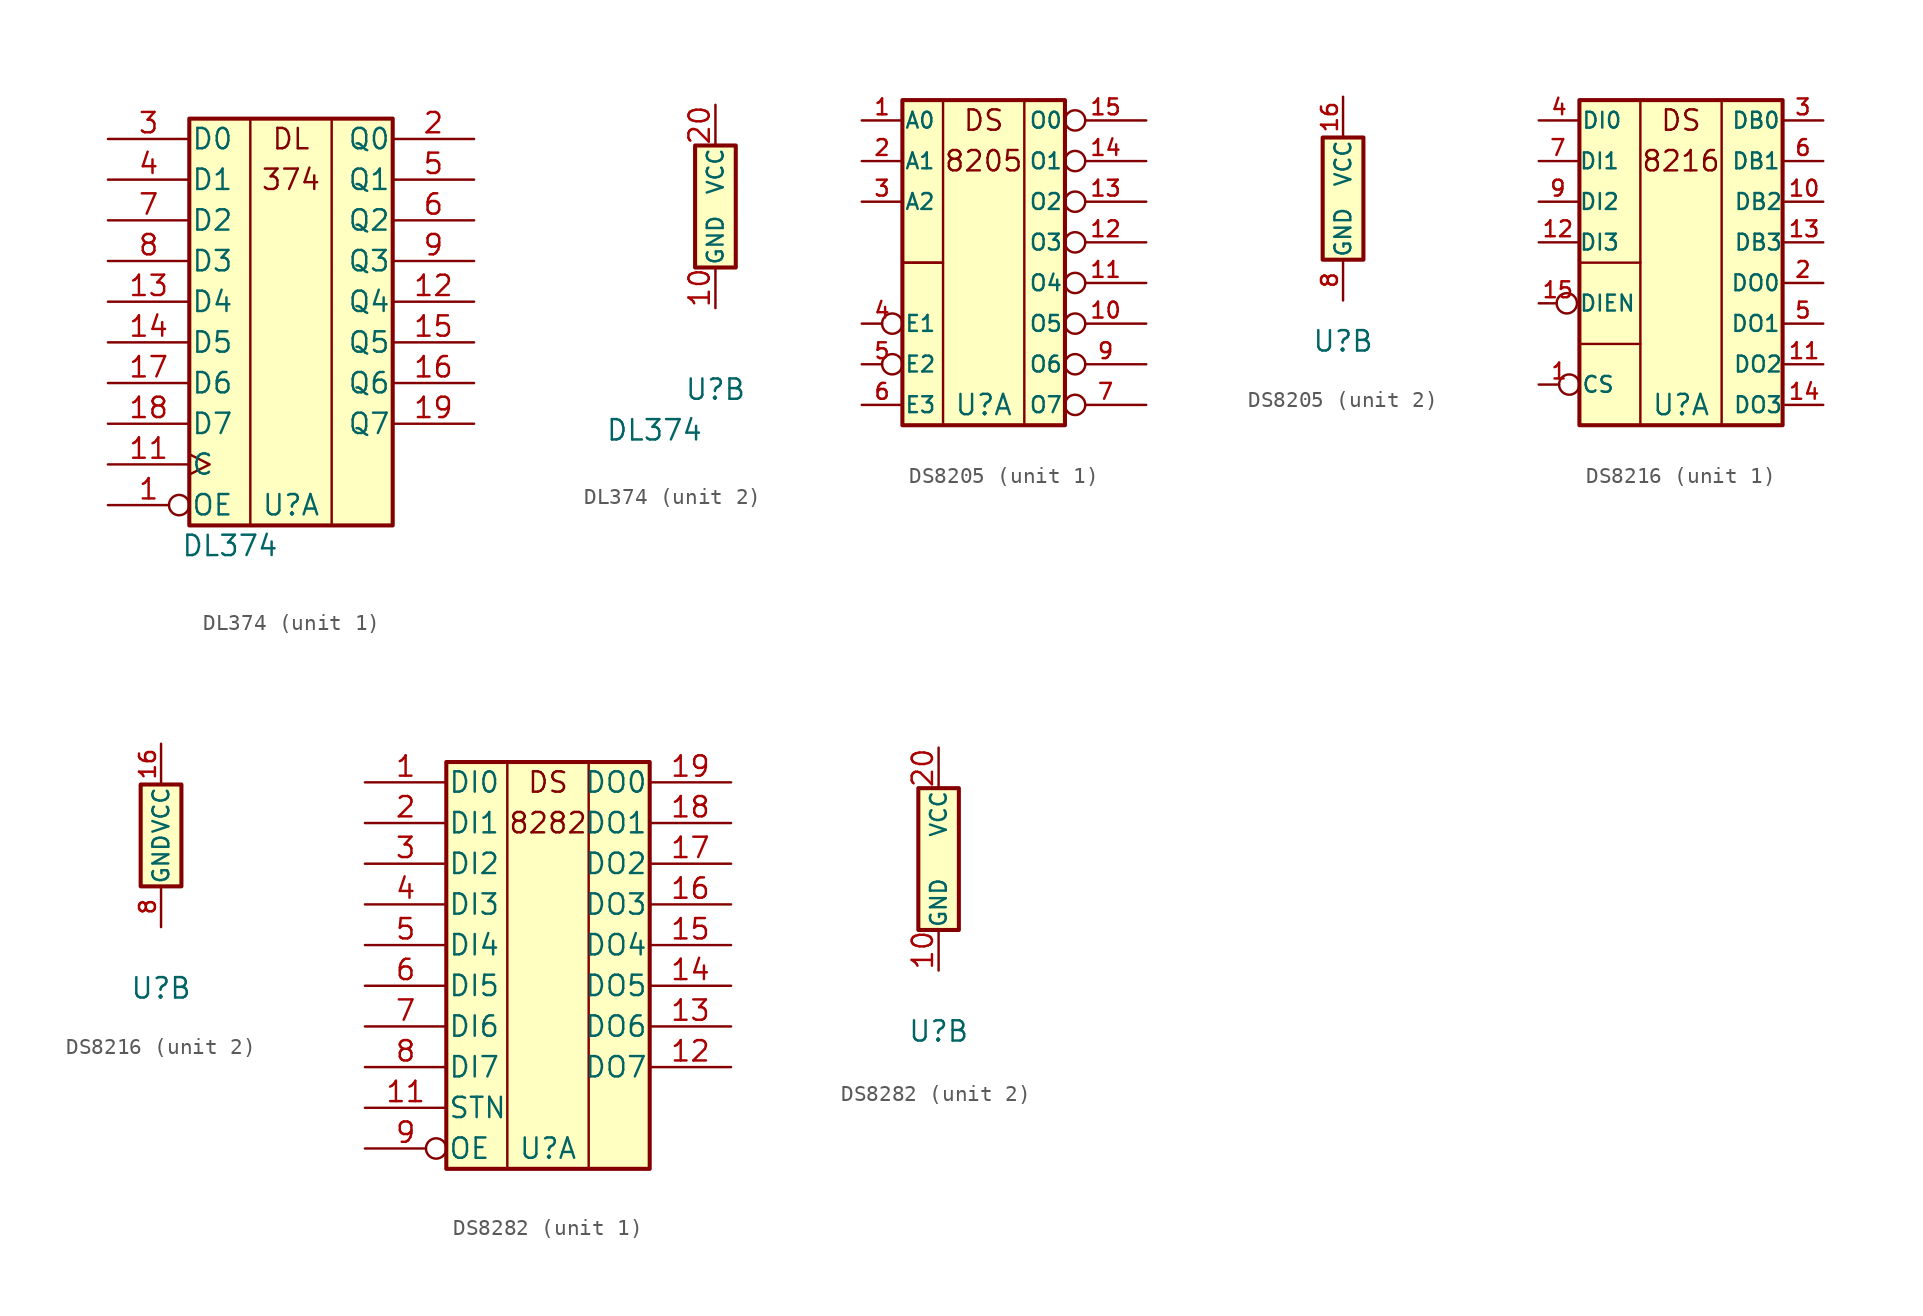
<source format=kicad_sym>
(kicad_symbol_lib
  (version 20241209)
  (generator "kicad_symbol_editor")
  (generator_version "9.0")
  (symbol "DL374"
    (pin_names
      (offset 0.102))
    (property "Reference" "U"
      (at 0 -11.43 0)
      (effects (font (size 1.27 1.27))))
    (property "Value" "DL374"
      (at -3.81 -13.97 0)
      (effects (font (size 1.27 1.27))))
    (property "ki_locked" ""
      (at 0 0 0)
      (effects (font (size 1.27 1.27))))
    (symbol "DL374_1_0"
      (pin input line (at -11.43 11.43 0) (length 5.08) (name "D0" (effects (font (size 1.27 1.27)))) (number "3" (effects (font (size 1.27 1.27)))))
      (pin input line (at -11.43 8.89 0) (length 5.08) (name "D1" (effects (font (size 1.27 1.27)))) (number "4" (effects (font (size 1.27 1.27)))))
      (pin input line (at -11.43 6.35 0) (length 5.08) (name "D2" (effects (font (size 1.27 1.27)))) (number "7" (effects (font (size 1.27 1.27)))))
      (pin input line (at -11.43 3.81 0) (length 5.08) (name "D3" (effects (font (size 1.27 1.27)))) (number "8" (effects (font (size 1.27 1.27)))))
      (pin input line (at -11.43 1.27 0) (length 5.08) (name "D4" (effects (font (size 1.27 1.27)))) (number "13" (effects (font (size 1.27 1.27)))))
      (pin input line (at -11.43 -1.27 0) (length 5.08) (name "D5" (effects (font (size 1.27 1.27)))) (number "14" (effects (font (size 1.27 1.27)))))
      (pin input line (at -11.43 -3.81 0) (length 5.08) (name "D6" (effects (font (size 1.27 1.27)))) (number "17" (effects (font (size 1.27 1.27)))))
      (pin input line (at -11.43 -6.35 0) (length 5.08) (name "D7" (effects (font (size 1.27 1.27)))) (number "18" (effects (font (size 1.27 1.27)))))
      (pin input clock (at -11.43 -8.89 0) (length 5.08) (name "C" (effects (font (size 1.27 1.27)))) (number "11" (effects (font (size 1.27 1.27)))))
      (pin input inverted (at -11.43 -11.43 0) (length 5.08) (name "OE" (effects (font (size 1.27 1.27)))) (number "1" (effects (font (size 1.27 1.27)))))
      (pin tri_state line (at 11.43 11.43 180) (length 5.08) (name "Q0" (effects (font (size 1.27 1.27)))) (number "2" (effects (font (size 1.27 1.27)))))
      (pin tri_state line (at 11.43 8.89 180) (length 5.08) (name "Q1" (effects (font (size 1.27 1.27)))) (number "5" (effects (font (size 1.27 1.27)))))
      (pin tri_state line (at 11.43 6.35 180) (length 5.08) (name "Q2" (effects (font (size 1.27 1.27)))) (number "6" (effects (font (size 1.27 1.27)))))
      (pin tri_state line (at 11.43 3.81 180) (length 5.08) (name "Q3" (effects (font (size 1.27 1.27)))) (number "9" (effects (font (size 1.27 1.27)))))
      (pin tri_state line (at 11.43 1.27 180) (length 5.08) (name "Q4" (effects (font (size 1.27 1.27)))) (number "12" (effects (font (size 1.27 1.27)))))
      (pin tri_state line (at 11.43 -1.27 180) (length 5.08) (name "Q5" (effects (font (size 1.27 1.27)))) (number "15" (effects (font (size 1.27 1.27)))))
      (pin tri_state line (at 11.43 -3.81 180) (length 5.08) (name "Q6" (effects (font (size 1.27 1.27)))) (number "16" (effects (font (size 1.27 1.27)))))
      (pin tri_state line (at 11.43 -6.35 180) (length 5.08) (name "Q7" (effects (font (size 1.27 1.27)))) (number "19" (effects (font (size 1.27 1.27))))))
    (symbol "DL374_1_1"
      (rectangle (start -6.35 12.7) (end 6.35 -12.7) (stroke (width 0.254) (type default)) (fill (type background)))
      (rectangle (start -2.54 12.7) (end -2.54 -12.7) (stroke (width 0) (type default)) (fill (type none)))
      (rectangle (start 2.54 12.7) (end 2.54 -12.7) (stroke (width 0) (type default)) (fill (type none)))
      (text "DL" (at 0 11.43 0) (effects (font (size 1.27 1.27))))
      (text "374" (at 0 8.89 0) (effects (font (size 1.27 1.27)))))
    (symbol "DL374_2_0"
      (pin power_in line (at 0 6.35 270) (length 2.54) (name "VCC" (effects (font (size 0.991 0.991)))) (number "20" (effects (font (size 1.27 1.27)))))
      (pin power_in line (at 0 -6.35 90) (length 2.54) (name "GND" (effects (font (size 0.991 0.991)))) (number "10" (effects (font (size 1.27 1.27))))))
    (symbol "DL374_2_1"
      (rectangle (start -1.27 3.81) (end 1.27 -3.81) (stroke (width 0.254) (type default)) (fill (type background)))))
  (symbol "DS8205"
    (pin_names
      (offset 0.102))
    (property "Reference" "U"
      (at 0 -8.89 0)
      (effects (font (size 1.27 1.27))))
    (property "ki_locked" ""
      (at 0 0 0)
      (effects (font (size 1.27 1.27))))
    (symbol "DS8205_1_0"
      (text "DS" (at 0 8.89 0) (effects (font (size 1.27 1.27))))
      (text "8205" (at 0 6.35 0) (effects (font (size 1.27 1.27))))
      (pin input line (at -7.62 8.89 0) (length 2.54) (name "A0" (effects (font (size 0.991 0.991)))) (number "1" (effects (font (size 0.991 0.991)))))
      (pin input line (at -7.62 6.35 0) (length 2.54) (name "A1" (effects (font (size 0.991 0.991)))) (number "2" (effects (font (size 0.991 0.991)))))
      (pin input line (at -7.62 3.81 0) (length 2.54) (name "A2" (effects (font (size 0.991 0.991)))) (number "3" (effects (font (size 0.991 0.991)))))
      (pin input inverted (at -7.62 -3.81 0) (length 2.54) (name "E1" (effects (font (size 0.991 0.991)))) (number "4" (effects (font (size 0.991 0.991)))))
      (pin input inverted (at -7.62 -6.35 0) (length 2.54) (name "E2" (effects (font (size 0.991 0.991)))) (number "5" (effects (font (size 0.991 0.991)))))
      (pin input line (at -7.62 -8.89 0) (length 2.54) (name "E3" (effects (font (size 0.991 0.991)))) (number "6" (effects (font (size 0.991 0.991)))))
      (pin output inverted (at 10.16 8.89 180) (length 5.08) (name "O0" (effects (font (size 0.991 0.991)))) (number "15" (effects (font (size 0.991 0.991)))))
      (pin output inverted (at 10.16 6.35 180) (length 5.08) (name "O1" (effects (font (size 0.991 0.991)))) (number "14" (effects (font (size 0.991 0.991)))))
      (pin output inverted (at 10.16 3.81 180) (length 5.08) (name "O2" (effects (font (size 0.991 0.991)))) (number "13" (effects (font (size 0.991 0.991)))))
      (pin output inverted (at 10.16 1.27 180) (length 5.08) (name "O3" (effects (font (size 0.991 0.991)))) (number "12" (effects (font (size 0.991 0.991)))))
      (pin output inverted (at 10.16 -1.27 180) (length 5.08) (name "O4" (effects (font (size 0.991 0.991)))) (number "11" (effects (font (size 0.991 0.991)))))
      (pin output inverted (at 10.16 -3.81 180) (length 5.08) (name "O5" (effects (font (size 0.991 0.991)))) (number "10" (effects (font (size 0.991 0.991)))))
      (pin output inverted (at 10.16 -6.35 180) (length 5.08) (name "O6" (effects (font (size 0.991 0.991)))) (number "9" (effects (font (size 0.991 0.991)))))
      (pin output inverted (at 10.16 -8.89 180) (length 5.08) (name "O7" (effects (font (size 0.991 0.991)))) (number "7" (effects (font (size 0.991 0.991))))))
    (symbol "DS8205_1_1"
      (rectangle (start -5.08 10.16) (end 5.08 -10.16) (stroke (width 0.254) (type default)) (fill (type background)))
      (rectangle (start -5.08 -10.16) (end -2.54 0) (stroke (width 0) (type default)) (fill (type none)))
      (rectangle (start -2.54 10.16) (end -5.08 0) (stroke (width 0) (type default)) (fill (type none)))
      (rectangle (start 2.54 10.16) (end 2.54 -10.16) (stroke (width 0) (type default)) (fill (type none))))
    (symbol "DS8205_2_0"
      (pin power_in line (at 0 6.35 270) (length 2.54) (name "VCC" (effects (font (size 0.991 0.991)))) (number "16" (effects (font (size 0.991 0.991)))))
      (pin power_in line (at 0 -6.35 90) (length 2.54) (name "GND" (effects (font (size 0.991 0.991)))) (number "8" (effects (font (size 0.991 0.991))))))
    (symbol "DS8205_2_1"
      (rectangle (start -1.27 3.81) (end 1.27 -3.81) (stroke (width 0.254) (type default)) (fill (type background)))))
  (symbol "DS8216"
    (pin_names
      (offset 0.102))
    (property "Reference" "U"
      (at 0 -8.89 0)
      (effects (font (size 1.27 1.27))))
    (property "ki_locked" ""
      (at 0 0 0)
      (effects (font (size 1.27 1.27))))
    (symbol "DS8216_1_0"
      (rectangle (start -6.35 -5.08) (end -2.54 -5.08) (stroke (width 0) (type default)) (fill (type none)))
      (text "DS" (at 0 8.89 0) (effects (font (size 1.27 1.27))))
      (text "8216" (at 0 6.35 0) (effects (font (size 1.27 1.27))))
      (pin input line (at -8.89 8.89 0) (length 2.54) (name "DI0" (effects (font (size 0.991 0.991)))) (number "4" (effects (font (size 0.991 0.991)))))
      (pin input line (at -8.89 6.35 0) (length 2.388) (name "DI1" (effects (font (size 0.991 0.991)))) (number "7" (effects (font (size 0.991 0.991)))))
      (pin input line (at -8.89 3.81 0) (length 2.388) (name "DI2" (effects (font (size 0.991 0.991)))) (number "9" (effects (font (size 0.991 0.991)))))
      (pin input line (at -8.89 1.27 0) (length 2.388) (name "DI3" (effects (font (size 0.991 0.991)))) (number "12" (effects (font (size 0.991 0.991)))))
      (pin input inverted (at -8.89 -2.54 0) (length 2.388) (name "DIEN" (effects (font (size 0.991 0.991)))) (number "15" (effects (font (size 0.991 0.991)))))
      (pin input inverted (at -8.89 -7.62 0) (length 2.54) (name "CS" (effects (font (size 0.991 0.991)))) (number "1" (effects (font (size 0.991 0.991)))))
      (pin tri_state line (at 8.89 8.89 180) (length 2.54) (name "DB0" (effects (font (size 0.991 0.991)))) (number "3" (effects (font (size 0.991 0.991)))))
      (pin tri_state line (at 8.89 6.35 180) (length 2.54) (name "DB1" (effects (font (size 0.991 0.991)))) (number "6" (effects (font (size 0.991 0.991)))))
      (pin tri_state line (at 8.89 3.81 180) (length 2.388) (name "DB2" (effects (font (size 0.991 0.991)))) (number "10" (effects (font (size 0.991 0.991)))))
      (pin tri_state line (at 8.89 1.27 180) (length 2.388) (name "DB3" (effects (font (size 0.991 0.991)))) (number "13" (effects (font (size 0.991 0.991)))))
      (pin tri_state line (at 8.89 -1.27 180) (length 2.54) (name "DO0" (effects (font (size 0.991 0.991)))) (number "2" (effects (font (size 0.991 0.991)))))
      (pin tri_state line (at 8.89 -3.81 180) (length 2.54) (name "DO1" (effects (font (size 0.991 0.991)))) (number "5" (effects (font (size 0.991 0.991)))))
      (pin tri_state line (at 8.89 -6.35 180) (length 2.388) (name "DO2" (effects (font (size 0.991 0.991)))) (number "11" (effects (font (size 0.991 0.991)))))
      (pin tri_state line (at 8.89 -8.89 180) (length 2.388) (name "DO3" (effects (font (size 0.991 0.991)))) (number "14" (effects (font (size 0.991 0.991))))))
    (symbol "DS8216_1_1"
      (rectangle (start -6.35 10.16) (end 6.35 -10.16) (stroke (width 0.254) (type default)) (fill (type background)))
      (rectangle (start -6.35 0) (end -2.54 0) (stroke (width 0) (type default)) (fill (type none)))
      (rectangle (start -2.54 10.16) (end -2.54 -10.16) (stroke (width 0) (type default)) (fill (type none)))
      (rectangle (start 2.54 10.16) (end 2.54 -10.16) (stroke (width 0) (type default)) (fill (type none))))
    (symbol "DS8216_2_0"
      (pin power_in line (at 0 6.35 270) (length 2.54) (name "VCC" (effects (font (size 0.991 0.991)))) (number "16" (effects (font (size 0.991 0.991)))))
      (pin power_in line (at 0 -5.08 90) (length 2.54) (name "GND" (effects (font (size 0.991 0.991)))) (number "8" (effects (font (size 0.991 0.991))))))
    (symbol "DS8216_2_1"
      (rectangle (start -1.27 3.81) (end 1.27 -2.54) (stroke (width 0.254) (type default)) (fill (type background)))))
  (symbol "DS8282"
    (pin_names
      (offset 0.102))
    (property "Reference" "U"
      (at 0 -11.43 0)
      (effects (font (size 1.27 1.27))))
    (property "ki_locked" ""
      (at 0 0 0)
      (effects (font (size 1.27 1.27))))
    (symbol "DS8282_1_0"
      (rectangle (start -2.54 12.7) (end -2.54 -12.7) (stroke (width 0) (type default)) (fill (type none)))
      (rectangle (start 2.54 12.7) (end 2.54 -12.7) (stroke (width 0) (type default)) (fill (type none)))
      (text "DS" (at 0 11.43 0) (effects (font (size 1.27 1.27))))
      (text "8282" (at 0 8.89 0) (effects (font (size 1.27 1.27))))
      (pin input line (at -11.43 11.43 0) (length 5.08) (name "DI0" (effects (font (size 1.27 1.27)))) (number "1" (effects (font (size 1.27 1.27)))))
      (pin input line (at -11.43 8.89 0) (length 5.08) (name "DI1" (effects (font (size 1.27 1.27)))) (number "2" (effects (font (size 1.27 1.27)))))
      (pin input line (at -11.43 6.35 0) (length 5.08) (name "DI2" (effects (font (size 1.27 1.27)))) (number "3" (effects (font (size 1.27 1.27)))))
      (pin input line (at -11.43 3.81 0) (length 5.08) (name "DI3" (effects (font (size 1.27 1.27)))) (number "4" (effects (font (size 1.27 1.27)))))
      (pin input line (at -11.43 1.27 0) (length 5.08) (name "DI4" (effects (font (size 1.27 1.27)))) (number "5" (effects (font (size 1.27 1.27)))))
      (pin input line (at -11.43 -1.27 0) (length 5.08) (name "DI5" (effects (font (size 1.27 1.27)))) (number "6" (effects (font (size 1.27 1.27)))))
      (pin input line (at -11.43 -3.81 0) (length 5.08) (name "DI6" (effects (font (size 1.27 1.27)))) (number "7" (effects (font (size 1.27 1.27)))))
      (pin input line (at -11.43 -6.35 0) (length 5.08) (name "DI7" (effects (font (size 1.27 1.27)))) (number "8" (effects (font (size 1.27 1.27)))))
      (pin input line (at -11.43 -8.89 0) (length 5.08) (name "STN" (effects (font (size 1.27 1.27)))) (number "11" (effects (font (size 1.27 1.27)))))
      (pin input inverted (at -11.43 -11.43 0) (length 5.08) (name "OE" (effects (font (size 1.27 1.27)))) (number "9" (effects (font (size 1.27 1.27)))))
      (pin tri_state line (at 11.43 11.43 180) (length 5.08) (name "DO0" (effects (font (size 1.27 1.27)))) (number "19" (effects (font (size 1.27 1.27)))))
      (pin tri_state line (at 11.43 8.89 180) (length 5.08) (name "DO1" (effects (font (size 1.27 1.27)))) (number "18" (effects (font (size 1.27 1.27)))))
      (pin tri_state line (at 11.43 6.35 180) (length 5.08) (name "DO2" (effects (font (size 1.27 1.27)))) (number "17" (effects (font (size 1.27 1.27)))))
      (pin tri_state line (at 11.43 3.81 180) (length 5.08) (name "DO3" (effects (font (size 1.27 1.27)))) (number "16" (effects (font (size 1.27 1.27)))))
      (pin tri_state line (at 11.43 1.27 180) (length 5.08) (name "DO4" (effects (font (size 1.27 1.27)))) (number "15" (effects (font (size 1.27 1.27)))))
      (pin tri_state line (at 11.43 -1.27 180) (length 5.08) (name "DO5" (effects (font (size 1.27 1.27)))) (number "14" (effects (font (size 1.27 1.27)))))
      (pin tri_state line (at 11.43 -3.81 180) (length 5.08) (name "DO6" (effects (font (size 1.27 1.27)))) (number "13" (effects (font (size 1.27 1.27)))))
      (pin tri_state line (at 11.43 -6.35 180) (length 5.08) (name "DO7" (effects (font (size 1.27 1.27)))) (number "12" (effects (font (size 1.27 1.27))))))
    (symbol "DS8282_1_1"
      (rectangle (start -6.35 12.7) (end 6.35 -12.7) (stroke (width 0.254) (type default)) (fill (type background))))
    (symbol "DS8282_2_0"
      (pin power_in line (at 0 6.35 270) (length 2.54) (name "VCC" (effects (font (size 0.991 0.991)))) (number "20" (effects (font (size 1.27 1.27)))))
      (pin power_in line (at 0 -7.62 90) (length 2.54) (name "GND" (effects (font (size 0.991 0.991)))) (number "10" (effects (font (size 1.27 1.27))))))
    (symbol "DS8282_2_1"
      (rectangle (start -1.27 3.81) (end 1.27 -5.08) (stroke (width 0.254) (type default)) (fill (type background))))))
</source>
